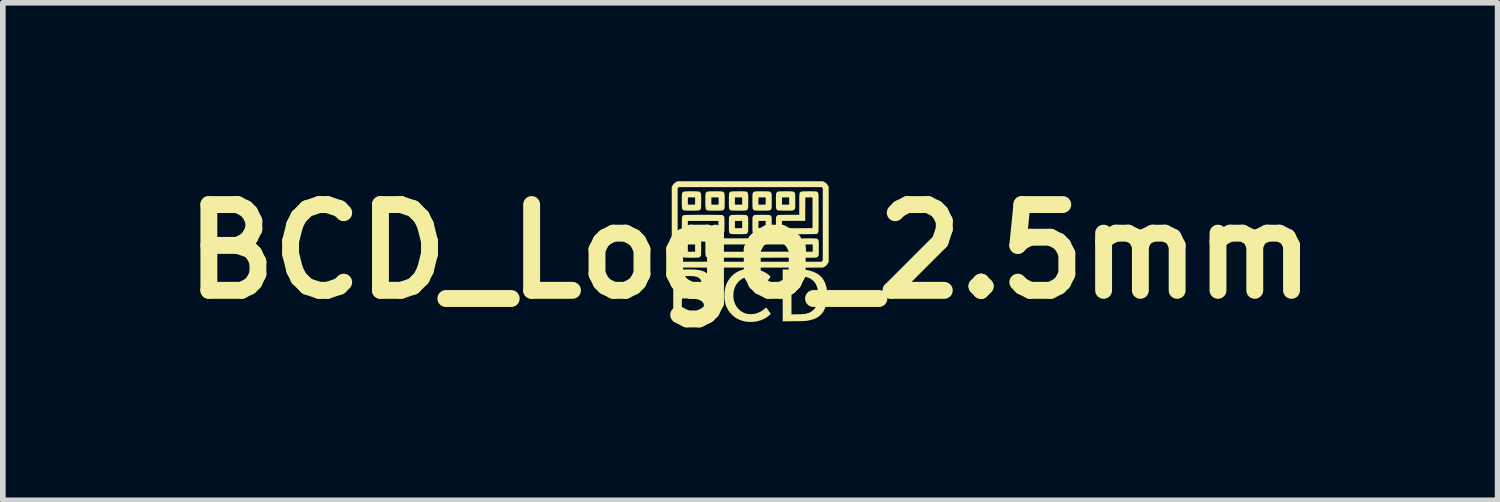
<source format=kicad_pcb>
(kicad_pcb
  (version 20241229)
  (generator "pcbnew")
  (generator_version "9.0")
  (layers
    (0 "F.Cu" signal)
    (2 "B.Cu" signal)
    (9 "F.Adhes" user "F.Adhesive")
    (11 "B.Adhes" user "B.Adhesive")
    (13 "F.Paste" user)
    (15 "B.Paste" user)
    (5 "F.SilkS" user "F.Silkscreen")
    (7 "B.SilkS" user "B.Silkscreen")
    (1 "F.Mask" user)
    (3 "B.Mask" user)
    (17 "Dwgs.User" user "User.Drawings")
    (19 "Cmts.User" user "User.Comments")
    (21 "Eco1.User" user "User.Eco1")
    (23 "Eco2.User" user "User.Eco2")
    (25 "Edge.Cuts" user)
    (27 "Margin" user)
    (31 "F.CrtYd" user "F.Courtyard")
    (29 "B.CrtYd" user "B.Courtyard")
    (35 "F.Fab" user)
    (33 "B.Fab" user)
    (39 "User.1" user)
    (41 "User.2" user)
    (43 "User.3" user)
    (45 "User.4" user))
  (footprint "BCD_Logo_2.5mm"
    (layer "F.Cu")
    (at 10.276 1.418)
    (property "Reference" "BCD_Logo_2.5mm" (at 0 0 0) (layer "F.SilkS") (effects (font (size 1.524 1.524) (thickness 0.3))))
    (attr board_only exclude_from_pos_files exclude_from_bom)
    (fp_poly (pts (xy 1.314 -1.237) (xy 1.341 -1.22) (xy 1.364 -1.198) (xy 1.381 -1.171) (xy 1.382 -1.169) (xy 1.394 -1.146) (xy 1.394 0.183) (xy 1.382 0.206) (xy 1.365 0.232) (xy 1.343 0.255) (xy 1.316 0.273) (xy 1.314 0.274) (xy 1.291 0.285) (xy 0.007 0.286) (xy -0.111 0.286) (xy -0.222 0.286) (xy -0.327 0.286) (xy -0.425 0.286) (xy -0.516 0.286) (xy -0.602 0.286) (xy -0.681 0.286) (xy -0.755 0.286) (xy -0.823 0.286) (xy -0.885 0.286) (xy -0.943 0.286) (xy -0.995 0.285) (xy -1.042 0.285) (xy -1.085 0.285) (xy -1.123 0.285) (xy -1.156 0.285) (xy -1.186 0.285) (xy -1.211 0.284) (xy -1.233 0.284) (xy -1.251 0.284) (xy -1.266 0.283) (xy -1.277 0.283) (xy -1.285 0.283) (xy -1.29 0.282) (xy -1.293 0.282) (xy -1.32 0.271) (xy -1.344 0.255) (xy -1.365 0.233) (xy -1.382 0.207) (xy -1.382 0.205) (xy -1.394 0.183) (xy -1.394 0.159) (xy -1.289 0.159) (xy -1.267 0.181) (xy 1.267 0.181) (xy 1.289 0.159) (xy 1.289 -1.122) (xy 1.267 -1.144) (xy -1.267 -1.144) (xy -1.289 -1.122) (xy -1.289 0.159) (xy -1.394 0.159) (xy -1.394 -1.146) (xy -1.382 -1.169) (xy -1.365 -1.196) (xy -1.343 -1.218) (xy -1.316 -1.236) (xy -1.314 -1.237) (xy -1.291 -1.248) (xy 1.291 -1.248)) (stroke (width 0) (type solid)) (fill yes) (layer "F.SilkS"))
    (fp_poly (pts (xy -1.011 -1.07) (xy -0.984 -1.069) (xy -0.96 -1.069) (xy -0.939 -1.068) (xy -0.922 -1.067) (xy -0.91 -1.066) (xy -0.906 -1.065) (xy -0.89 -1.054) (xy -0.878 -1.038) (xy -0.875 -1.033) (xy -0.874 -1.027) (xy -0.873 -1.014) (xy -0.872 -0.997) (xy -0.872 -0.975) (xy -0.871 -0.951) (xy -0.871 -0.924) (xy -0.871 -0.897) (xy -0.871 -0.869) (xy -0.871 -0.843) (xy -0.872 -0.818) (xy -0.872 -0.797) (xy -0.873 -0.78) (xy -0.874 -0.768) (xy -0.875 -0.762) (xy -0.886 -0.745) (xy -0.901 -0.733) (xy -0.906 -0.731) (xy -0.913 -0.73) (xy -0.926 -0.729) (xy -0.944 -0.728) (xy -0.965 -0.727) (xy -0.99 -0.726) (xy -1.017 -0.726) (xy -1.045 -0.726) (xy -1.072 -0.726) (xy -1.099 -0.726) (xy -1.123 -0.727) (xy -1.145 -0.728) (xy -1.162 -0.728) (xy -1.174 -0.73) (xy -1.18 -0.731) (xy -1.197 -0.742) (xy -1.208 -0.758) (xy -1.21 -0.761) (xy -1.211 -0.768) (xy -1.212 -0.781) (xy -1.213 -0.799) (xy -1.214 -0.82) (xy -1.215 -0.845) (xy -1.215 -0.872) (xy -1.215 -0.881) (xy -1.108 -0.881) (xy -1.108 -0.863) (xy -1.108 -0.849) (xy -1.107 -0.84) (xy -1.107 -0.837) (xy -1.105 -0.835) (xy -1.099 -0.834) (xy -1.089 -0.833) (xy -1.075 -0.833) (xy -1.054 -0.833) (xy -1.042 -0.833) (xy -0.979 -0.834) (xy -0.979 -0.962) (xy -1.107 -0.962) (xy -1.108 -0.901) (xy -1.108 -0.881) (xy -1.215 -0.881) (xy -1.215 -0.9) (xy -1.215 -0.927) (xy -1.215 -0.954) (xy -1.214 -0.978) (xy -1.214 -0.999) (xy -1.213 -1.016) (xy -1.212 -1.028) (xy -1.211 -1.033) (xy -1.2 -1.05) (xy -1.185 -1.062) (xy -1.18 -1.065) (xy -1.173 -1.066) (xy -1.159 -1.067) (xy -1.141 -1.068) (xy -1.119 -1.069) (xy -1.094 -1.07) (xy -1.067 -1.07) (xy -1.039 -1.07)) (stroke (width 0) (type solid)) (fill yes) (layer "F.SilkS"))
    (fp_poly (pts (xy -1.011 -0.234) (xy -0.984 -0.234) (xy -0.96 -0.233) (xy -0.939 -0.232) (xy -0.922 -0.231) (xy -0.91 -0.23) (xy -0.906 -0.229) (xy -0.89 -0.218) (xy -0.878 -0.202) (xy -0.875 -0.197) (xy -0.874 -0.191) (xy -0.873 -0.178) (xy -0.872 -0.161) (xy -0.872 -0.139) (xy -0.871 -0.115) (xy -0.871 -0.088) (xy -0.871 -0.061) (xy -0.871 -0.033) (xy -0.871 -0.007) (xy -0.872 0.017) (xy -0.872 0.039) (xy -0.873 0.056) (xy -0.874 0.068) (xy -0.875 0.073) (xy -0.886 0.09) (xy -0.901 0.102) (xy -0.906 0.105) (xy -0.913 0.106) (xy -0.926 0.107) (xy -0.944 0.108) (xy -0.965 0.109) (xy -0.99 0.109) (xy -1.017 0.11) (xy -1.045 0.11) (xy -1.072 0.11) (xy -1.099 0.109) (xy -1.123 0.109) (xy -1.145 0.108) (xy -1.162 0.107) (xy -1.174 0.106) (xy -1.18 0.105) (xy -1.197 0.094) (xy -1.208 0.078) (xy -1.21 0.075) (xy -1.211 0.068) (xy -1.212 0.055) (xy -1.213 0.037) (xy -1.214 0.015) (xy -1.215 -0.009) (xy -1.215 -0.036) (xy -1.215 -0.045) (xy -1.108 -0.045) (xy -1.108 -0.028) (xy -1.108 -0.013) (xy -1.107 -0.004) (xy -1.107 -0.001) (xy -1.105 0.001) (xy -1.099 0.002) (xy -1.089 0.003) (xy -1.075 0.003) (xy -1.054 0.003) (xy -1.042 0.003) (xy -0.979 0.002) (xy -0.979 -0.126) (xy -1.107 -0.126) (xy -1.108 -0.066) (xy -1.108 -0.045) (xy -1.215 -0.045) (xy -1.215 -0.064) (xy -1.215 -0.092) (xy -1.215 -0.118) (xy -1.214 -0.142) (xy -1.214 -0.164) (xy -1.213 -0.181) (xy -1.212 -0.192) (xy -1.211 -0.197) (xy -1.2 -0.214) (xy -1.185 -0.226) (xy -1.18 -0.229) (xy -1.173 -0.23) (xy -1.159 -0.231) (xy -1.141 -0.232) (xy -1.119 -0.233) (xy -1.094 -0.234) (xy -1.067 -0.234) (xy -1.039 -0.234)) (stroke (width 0) (type solid)) (fill yes) (layer "F.SilkS"))
    (fp_poly (pts (xy -0.59 -1.07) (xy -0.561 -1.069) (xy -0.538 -1.069) (xy -0.519 -1.068) (xy -0.505 -1.067) (xy -0.494 -1.066) (xy -0.486 -1.064) (xy -0.48 -1.061) (xy -0.475 -1.057) (xy -0.471 -1.053) (xy -0.469 -1.051) (xy -0.465 -1.046) (xy -0.462 -1.042) (xy -0.459 -1.036) (xy -0.457 -1.028) (xy -0.456 -1.019) (xy -0.455 -1.006) (xy -0.454 -0.989) (xy -0.454 -0.968) (xy -0.453 -0.941) (xy -0.453 -0.909) (xy -0.453 -0.898) (xy -0.453 -0.863) (xy -0.453 -0.835) (xy -0.454 -0.812) (xy -0.454 -0.794) (xy -0.455 -0.78) (xy -0.457 -0.77) (xy -0.459 -0.762) (xy -0.461 -0.756) (xy -0.464 -0.751) (xy -0.468 -0.746) (xy -0.469 -0.744) (xy -0.473 -0.74) (xy -0.478 -0.736) (xy -0.483 -0.733) (xy -0.491 -0.731) (xy -0.5 -0.729) (xy -0.513 -0.728) (xy -0.529 -0.727) (xy -0.551 -0.726) (xy -0.577 -0.726) (xy -0.61 -0.726) (xy -0.626 -0.726) (xy -0.664 -0.726) (xy -0.696 -0.727) (xy -0.721 -0.727) (xy -0.739 -0.728) (xy -0.753 -0.729) (xy -0.76 -0.73) (xy -0.762 -0.731) (xy -0.772 -0.737) (xy -0.779 -0.742) (xy -0.784 -0.746) (xy -0.787 -0.751) (xy -0.79 -0.757) (xy -0.792 -0.764) (xy -0.794 -0.774) (xy -0.795 -0.787) (xy -0.796 -0.804) (xy -0.797 -0.825) (xy -0.797 -0.852) (xy -0.797 -0.881) (xy -0.69 -0.881) (xy -0.69 -0.863) (xy -0.69 -0.849) (xy -0.689 -0.84) (xy -0.689 -0.837) (xy -0.687 -0.835) (xy -0.681 -0.834) (xy -0.672 -0.833) (xy -0.657 -0.833) (xy -0.636 -0.833) (xy -0.624 -0.833) (xy -0.561 -0.834) (xy -0.561 -0.962) (xy -0.689 -0.962) (xy -0.69 -0.901) (xy -0.69 -0.881) (xy -0.797 -0.881) (xy -0.797 -0.886) (xy -0.797 -0.898) (xy -0.797 -0.933) (xy -0.797 -0.961) (xy -0.796 -0.984) (xy -0.796 -1.002) (xy -0.795 -1.015) (xy -0.793 -1.026) (xy -0.792 -1.034) (xy -0.789 -1.04) (xy -0.786 -1.045) (xy -0.782 -1.05) (xy -0.781 -1.051) (xy -0.777 -1.056) (xy -0.772 -1.06) (xy -0.767 -1.063) (xy -0.759 -1.065) (xy -0.75 -1.067) (xy -0.737 -1.068) (xy -0.72 -1.069) (xy -0.699 -1.069) (xy -0.672 -1.069) (xy -0.639 -1.07) (xy -0.625 -1.07)) (stroke (width 0) (type solid)) (fill yes) (layer "F.SilkS"))
    (fp_poly (pts (xy -0.172 -1.07) (xy -0.143 -1.069) (xy -0.12 -1.069) (xy -0.101 -1.068) (xy -0.087 -1.067) (xy -0.076 -1.066) (xy -0.068 -1.064) (xy -0.062 -1.061) (xy -0.057 -1.057) (xy -0.053 -1.053) (xy -0.051 -1.051) (xy -0.047 -1.046) (xy -0.044 -1.042) (xy -0.041 -1.036) (xy -0.039 -1.028) (xy -0.038 -1.019) (xy -0.037 -1.006) (xy -0.036 -0.989) (xy -0.036 -0.968) (xy -0.035 -0.941) (xy -0.035 -0.909) (xy -0.035 -0.898) (xy -0.035 -0.863) (xy -0.036 -0.835) (xy -0.036 -0.812) (xy -0.036 -0.794) (xy -0.037 -0.78) (xy -0.039 -0.77) (xy -0.041 -0.762) (xy -0.043 -0.756) (xy -0.046 -0.751) (xy -0.05 -0.746) (xy -0.051 -0.744) (xy -0.055 -0.74) (xy -0.06 -0.736) (xy -0.066 -0.733) (xy -0.073 -0.731) (xy -0.082 -0.729) (xy -0.095 -0.728) (xy -0.112 -0.727) (xy -0.133 -0.726) (xy -0.159 -0.726) (xy -0.192 -0.726) (xy -0.208 -0.726) (xy -0.247 -0.726) (xy -0.278 -0.727) (xy -0.303 -0.727) (xy -0.321 -0.728) (xy -0.335 -0.729) (xy -0.342 -0.73) (xy -0.344 -0.731) (xy -0.354 -0.737) (xy -0.361 -0.742) (xy -0.366 -0.746) (xy -0.369 -0.751) (xy -0.372 -0.757) (xy -0.374 -0.764) (xy -0.376 -0.774) (xy -0.377 -0.787) (xy -0.378 -0.804) (xy -0.379 -0.825) (xy -0.379 -0.852) (xy -0.379 -0.881) (xy -0.272 -0.881) (xy -0.272 -0.863) (xy -0.272 -0.849) (xy -0.272 -0.84) (xy -0.271 -0.837) (xy -0.269 -0.835) (xy -0.263 -0.834) (xy -0.254 -0.833) (xy -0.239 -0.833) (xy -0.218 -0.833) (xy -0.206 -0.833) (xy -0.143 -0.834) (xy -0.143 -0.962) (xy -0.271 -0.962) (xy -0.272 -0.901) (xy -0.272 -0.881) (xy -0.379 -0.881) (xy -0.379 -0.886) (xy -0.379 -0.898) (xy -0.379 -0.933) (xy -0.379 -0.961) (xy -0.378 -0.984) (xy -0.378 -1.002) (xy -0.377 -1.015) (xy -0.376 -1.026) (xy -0.374 -1.034) (xy -0.371 -1.04) (xy -0.368 -1.045) (xy -0.364 -1.05) (xy -0.363 -1.051) (xy -0.359 -1.056) (xy -0.354 -1.06) (xy -0.349 -1.063) (xy -0.341 -1.065) (xy -0.332 -1.067) (xy -0.319 -1.068) (xy -0.302 -1.069) (xy -0.281 -1.069) (xy -0.254 -1.069) (xy -0.221 -1.07) (xy -0.207 -1.07)) (stroke (width 0) (type solid)) (fill yes) (layer "F.SilkS"))
    (fp_poly (pts (xy -0.172 -0.652) (xy -0.143 -0.651) (xy -0.12 -0.651) (xy -0.101 -0.65) (xy -0.087 -0.649) (xy -0.076 -0.648) (xy -0.068 -0.646) (xy -0.062 -0.643) (xy -0.057 -0.639) (xy -0.053 -0.635) (xy -0.051 -0.633) (xy -0.047 -0.629) (xy -0.044 -0.624) (xy -0.041 -0.618) (xy -0.039 -0.611) (xy -0.038 -0.601) (xy -0.037 -0.588) (xy -0.036 -0.571) (xy -0.036 -0.55) (xy -0.035 -0.524) (xy -0.035 -0.491) (xy -0.035 -0.48) (xy -0.035 -0.445) (xy -0.036 -0.417) (xy -0.036 -0.394) (xy -0.036 -0.376) (xy -0.037 -0.362) (xy -0.039 -0.352) (xy -0.041 -0.344) (xy -0.043 -0.338) (xy -0.046 -0.333) (xy -0.05 -0.328) (xy -0.051 -0.326) (xy -0.055 -0.322) (xy -0.06 -0.318) (xy -0.066 -0.315) (xy -0.073 -0.313) (xy -0.082 -0.311) (xy -0.095 -0.31) (xy -0.112 -0.309) (xy -0.133 -0.309) (xy -0.159 -0.308) (xy -0.192 -0.308) (xy -0.208 -0.308) (xy -0.247 -0.309) (xy -0.278 -0.309) (xy -0.303 -0.309) (xy -0.321 -0.31) (xy -0.335 -0.311) (xy -0.342 -0.312) (xy -0.344 -0.313) (xy -0.354 -0.319) (xy -0.361 -0.324) (xy -0.366 -0.328) (xy -0.369 -0.333) (xy -0.372 -0.339) (xy -0.374 -0.346) (xy -0.376 -0.356) (xy -0.377 -0.369) (xy -0.378 -0.386) (xy -0.379 -0.408) (xy -0.379 -0.435) (xy -0.379 -0.463) (xy -0.272 -0.463) (xy -0.272 -0.446) (xy -0.272 -0.431) (xy -0.272 -0.422) (xy -0.271 -0.419) (xy -0.269 -0.417) (xy -0.263 -0.416) (xy -0.254 -0.415) (xy -0.239 -0.415) (xy -0.218 -0.415) (xy -0.206 -0.415) (xy -0.143 -0.416) (xy -0.143 -0.544) (xy -0.271 -0.544) (xy -0.272 -0.484) (xy -0.272 -0.463) (xy -0.379 -0.463) (xy -0.379 -0.468) (xy -0.379 -0.48) (xy -0.379 -0.515) (xy -0.379 -0.543) (xy -0.378 -0.566) (xy -0.378 -0.584) (xy -0.377 -0.598) (xy -0.376 -0.608) (xy -0.374 -0.616) (xy -0.371 -0.622) (xy -0.368 -0.627) (xy -0.364 -0.632) (xy -0.363 -0.633) (xy -0.359 -0.638) (xy -0.354 -0.642) (xy -0.349 -0.645) (xy -0.341 -0.647) (xy -0.332 -0.649) (xy -0.319 -0.65) (xy -0.302 -0.651) (xy -0.281 -0.651) (xy -0.254 -0.652) (xy -0.221 -0.652) (xy -0.207 -0.652)) (stroke (width 0) (type solid)) (fill yes) (layer "F.SilkS"))
    (fp_poly (pts (xy 0.246 -1.07) (xy 0.275 -1.069) (xy 0.298 -1.069) (xy 0.317 -1.068) (xy 0.331 -1.067) (xy 0.342 -1.066) (xy 0.35 -1.064) (xy 0.356 -1.061) (xy 0.361 -1.057) (xy 0.365 -1.053) (xy 0.367 -1.051) (xy 0.371 -1.046) (xy 0.374 -1.042) (xy 0.377 -1.036) (xy 0.379 -1.028) (xy 0.38 -1.019) (xy 0.381 -1.006) (xy 0.382 -0.989) (xy 0.382 -0.968) (xy 0.382 -0.941) (xy 0.382 -0.909) (xy 0.382 -0.898) (xy 0.382 -0.863) (xy 0.382 -0.835) (xy 0.382 -0.812) (xy 0.381 -0.794) (xy 0.38 -0.78) (xy 0.379 -0.77) (xy 0.377 -0.762) (xy 0.375 -0.756) (xy 0.372 -0.751) (xy 0.368 -0.746) (xy 0.367 -0.744) (xy 0.362 -0.74) (xy 0.358 -0.736) (xy 0.352 -0.733) (xy 0.345 -0.731) (xy 0.336 -0.729) (xy 0.323 -0.728) (xy 0.306 -0.727) (xy 0.285 -0.726) (xy 0.259 -0.726) (xy 0.226 -0.726) (xy 0.209 -0.726) (xy 0.171 -0.726) (xy 0.14 -0.727) (xy 0.115 -0.727) (xy 0.096 -0.728) (xy 0.083 -0.729) (xy 0.076 -0.73) (xy 0.074 -0.731) (xy 0.064 -0.737) (xy 0.057 -0.742) (xy 0.052 -0.746) (xy 0.049 -0.751) (xy 0.046 -0.757) (xy 0.043 -0.764) (xy 0.042 -0.774) (xy 0.041 -0.787) (xy 0.04 -0.804) (xy 0.039 -0.825) (xy 0.039 -0.852) (xy 0.039 -0.881) (xy 0.146 -0.881) (xy 0.146 -0.863) (xy 0.146 -0.849) (xy 0.146 -0.84) (xy 0.147 -0.837) (xy 0.149 -0.835) (xy 0.154 -0.834) (xy 0.164 -0.833) (xy 0.179 -0.833) (xy 0.2 -0.833) (xy 0.212 -0.833) (xy 0.274 -0.834) (xy 0.274 -0.962) (xy 0.147 -0.962) (xy 0.146 -0.901) (xy 0.146 -0.881) (xy 0.039 -0.881) (xy 0.039 -0.886) (xy 0.039 -0.898) (xy 0.039 -0.933) (xy 0.039 -0.961) (xy 0.039 -0.984) (xy 0.04 -1.002) (xy 0.041 -1.015) (xy 0.042 -1.026) (xy 0.044 -1.034) (xy 0.047 -1.04) (xy 0.05 -1.045) (xy 0.053 -1.05) (xy 0.055 -1.051) (xy 0.059 -1.056) (xy 0.064 -1.06) (xy 0.069 -1.063) (xy 0.076 -1.065) (xy 0.086 -1.067) (xy 0.099 -1.068) (xy 0.116 -1.069) (xy 0.137 -1.069) (xy 0.164 -1.069) (xy 0.197 -1.07) (xy 0.211 -1.07)) (stroke (width 0) (type solid)) (fill yes) (layer "F.SilkS"))
    (fp_poly (pts (xy 0.246 -0.652) (xy 0.275 -0.651) (xy 0.298 -0.651) (xy 0.317 -0.65) (xy 0.331 -0.649) (xy 0.342 -0.648) (xy 0.35 -0.646) (xy 0.356 -0.643) (xy 0.361 -0.639) (xy 0.365 -0.635) (xy 0.367 -0.633) (xy 0.371 -0.629) (xy 0.374 -0.624) (xy 0.377 -0.618) (xy 0.379 -0.611) (xy 0.38 -0.601) (xy 0.381 -0.588) (xy 0.382 -0.571) (xy 0.382 -0.55) (xy 0.382 -0.524) (xy 0.382 -0.491) (xy 0.382 -0.48) (xy 0.382 -0.445) (xy 0.382 -0.417) (xy 0.382 -0.394) (xy 0.381 -0.376) (xy 0.38 -0.362) (xy 0.379 -0.352) (xy 0.377 -0.344) (xy 0.375 -0.338) (xy 0.372 -0.333) (xy 0.368 -0.328) (xy 0.367 -0.326) (xy 0.362 -0.322) (xy 0.358 -0.318) (xy 0.352 -0.315) (xy 0.345 -0.313) (xy 0.336 -0.311) (xy 0.323 -0.31) (xy 0.306 -0.309) (xy 0.285 -0.309) (xy 0.259 -0.308) (xy 0.226 -0.308) (xy 0.209 -0.308) (xy 0.171 -0.309) (xy 0.14 -0.309) (xy 0.115 -0.309) (xy 0.096 -0.31) (xy 0.083 -0.311) (xy 0.076 -0.312) (xy 0.074 -0.313) (xy 0.064 -0.319) (xy 0.057 -0.324) (xy 0.052 -0.328) (xy 0.049 -0.333) (xy 0.046 -0.339) (xy 0.043 -0.346) (xy 0.042 -0.356) (xy 0.041 -0.369) (xy 0.04 -0.386) (xy 0.039 -0.408) (xy 0.039 -0.435) (xy 0.039 -0.463) (xy 0.146 -0.463) (xy 0.146 -0.446) (xy 0.146 -0.431) (xy 0.146 -0.422) (xy 0.147 -0.419) (xy 0.149 -0.417) (xy 0.154 -0.416) (xy 0.164 -0.415) (xy 0.179 -0.415) (xy 0.2 -0.415) (xy 0.212 -0.415) (xy 0.274 -0.416) (xy 0.274 -0.544) (xy 0.147 -0.544) (xy 0.146 -0.484) (xy 0.146 -0.463) (xy 0.039 -0.463) (xy 0.039 -0.468) (xy 0.039 -0.48) (xy 0.039 -0.515) (xy 0.039 -0.543) (xy 0.039 -0.566) (xy 0.04 -0.584) (xy 0.041 -0.598) (xy 0.042 -0.608) (xy 0.044 -0.616) (xy 0.047 -0.622) (xy 0.05 -0.627) (xy 0.053 -0.632) (xy 0.055 -0.633) (xy 0.059 -0.638) (xy 0.064 -0.642) (xy 0.069 -0.645) (xy 0.076 -0.647) (xy 0.086 -0.649) (xy 0.099 -0.65) (xy 0.116 -0.651) (xy 0.137 -0.651) (xy 0.164 -0.652) (xy 0.197 -0.652) (xy 0.211 -0.652)) (stroke (width 0) (type solid)) (fill yes) (layer "F.SilkS"))
    (fp_poly (pts (xy 0.664 -1.07) (xy 0.693 -1.069) (xy 0.716 -1.069) (xy 0.735 -1.068) (xy 0.749 -1.067) (xy 0.76 -1.066) (xy 0.768 -1.064) (xy 0.774 -1.061) (xy 0.779 -1.057) (xy 0.783 -1.053) (xy 0.785 -1.051) (xy 0.789 -1.046) (xy 0.792 -1.042) (xy 0.795 -1.036) (xy 0.797 -1.028) (xy 0.798 -1.019) (xy 0.799 -1.006) (xy 0.8 -0.989) (xy 0.8 -0.968) (xy 0.8 -0.941) (xy 0.8 -0.909) (xy 0.8 -0.898) (xy 0.8 -0.863) (xy 0.8 -0.835) (xy 0.8 -0.812) (xy 0.799 -0.794) (xy 0.798 -0.78) (xy 0.797 -0.77) (xy 0.795 -0.762) (xy 0.793 -0.756) (xy 0.79 -0.751) (xy 0.786 -0.746) (xy 0.785 -0.744) (xy 0.78 -0.74) (xy 0.776 -0.736) (xy 0.77 -0.733) (xy 0.763 -0.731) (xy 0.754 -0.729) (xy 0.741 -0.728) (xy 0.724 -0.727) (xy 0.703 -0.726) (xy 0.677 -0.726) (xy 0.644 -0.726) (xy 0.627 -0.726) (xy 0.589 -0.726) (xy 0.558 -0.727) (xy 0.533 -0.727) (xy 0.514 -0.728) (xy 0.501 -0.729) (xy 0.493 -0.73) (xy 0.492 -0.731) (xy 0.482 -0.737) (xy 0.475 -0.742) (xy 0.47 -0.746) (xy 0.466 -0.751) (xy 0.464 -0.757) (xy 0.461 -0.764) (xy 0.46 -0.774) (xy 0.458 -0.787) (xy 0.458 -0.804) (xy 0.457 -0.825) (xy 0.457 -0.852) (xy 0.457 -0.881) (xy 0.564 -0.881) (xy 0.564 -0.863) (xy 0.564 -0.849) (xy 0.564 -0.84) (xy 0.565 -0.837) (xy 0.567 -0.835) (xy 0.572 -0.834) (xy 0.582 -0.833) (xy 0.597 -0.833) (xy 0.617 -0.833) (xy 0.629 -0.833) (xy 0.692 -0.834) (xy 0.692 -0.962) (xy 0.565 -0.962) (xy 0.564 -0.901) (xy 0.564 -0.881) (xy 0.457 -0.881) (xy 0.457 -0.886) (xy 0.457 -0.898) (xy 0.457 -0.933) (xy 0.457 -0.961) (xy 0.457 -0.984) (xy 0.458 -1.002) (xy 0.459 -1.015) (xy 0.46 -1.026) (xy 0.462 -1.034) (xy 0.464 -1.04) (xy 0.468 -1.045) (xy 0.471 -1.05) (xy 0.473 -1.051) (xy 0.477 -1.056) (xy 0.482 -1.06) (xy 0.487 -1.063) (xy 0.494 -1.065) (xy 0.504 -1.067) (xy 0.517 -1.068) (xy 0.534 -1.069) (xy 0.555 -1.069) (xy 0.582 -1.069) (xy 0.615 -1.07) (xy 0.629 -1.07)) (stroke (width 0) (type solid)) (fill yes) (layer "F.SilkS"))
    (fp_poly (pts (xy 1.082 -0.234) (xy 1.111 -0.234) (xy 1.134 -0.233) (xy 1.152 -0.232) (xy 1.167 -0.231) (xy 1.177 -0.23) (xy 1.186 -0.228) (xy 1.192 -0.225) (xy 1.197 -0.222) (xy 1.201 -0.217) (xy 1.203 -0.215) (xy 1.207 -0.211) (xy 1.21 -0.206) (xy 1.212 -0.2) (xy 1.214 -0.193) (xy 1.216 -0.183) (xy 1.217 -0.17) (xy 1.218 -0.154) (xy 1.218 -0.132) (xy 1.218 -0.106) (xy 1.218 -0.073) (xy 1.218 -0.062) (xy 1.218 -0.027) (xy 1.218 0.001) (xy 1.218 0.024) (xy 1.217 0.042) (xy 1.216 0.056) (xy 1.215 0.066) (xy 1.213 0.074) (xy 1.211 0.08) (xy 1.208 0.085) (xy 1.204 0.09) (xy 1.203 0.092) (xy 1.198 0.096) (xy 1.194 0.1) (xy 1.188 0.103) (xy 1.181 0.105) (xy 1.171 0.107) (xy 1.159 0.108) (xy 1.142 0.109) (xy 1.121 0.109) (xy 1.095 0.11) (xy 1.062 0.11) (xy 1.045 0.11) (xy 1.007 0.109) (xy 0.976 0.109) (xy 0.951 0.108) (xy 0.932 0.108) (xy 0.919 0.107) (xy 0.911 0.106) (xy 0.91 0.105) (xy 0.9 0.099) (xy 0.892 0.094) (xy 0.888 0.09) (xy 0.884 0.085) (xy 0.881 0.079) (xy 0.879 0.072) (xy 0.878 0.062) (xy 0.876 0.049) (xy 0.876 0.032) (xy 0.875 0.01) (xy 0.875 -0.017) (xy 0.875 -0.045) (xy 0.982 -0.045) (xy 0.982 -0.028) (xy 0.982 -0.013) (xy 0.982 -0.004) (xy 0.983 -0.001) (xy 0.985 0.001) (xy 0.99 0.002) (xy 1 0.003) (xy 1.015 0.003) (xy 1.035 0.003) (xy 1.047 0.003) (xy 1.11 0.002) (xy 1.11 -0.126) (xy 0.983 -0.126) (xy 0.982 -0.066) (xy 0.982 -0.045) (xy 0.875 -0.045) (xy 0.875 -0.05) (xy 0.875 -0.062) (xy 0.875 -0.097) (xy 0.875 -0.125) (xy 0.875 -0.148) (xy 0.876 -0.166) (xy 0.877 -0.18) (xy 0.878 -0.19) (xy 0.88 -0.198) (xy 0.882 -0.204) (xy 0.885 -0.209) (xy 0.889 -0.214) (xy 0.89 -0.215) (xy 0.895 -0.22) (xy 0.899 -0.224) (xy 0.905 -0.227) (xy 0.912 -0.229) (xy 0.922 -0.231) (xy 0.935 -0.232) (xy 0.952 -0.233) (xy 0.973 -0.233) (xy 1 -0.234) (xy 1.032 -0.234) (xy 1.047 -0.234)) (stroke (width 0) (type solid)) (fill yes) (layer "F.SilkS"))
    (fp_poly (pts (xy -0.775 -0.652) (xy -0.733 -0.652) (xy -0.692 -0.652) (xy -0.653 -0.651) (xy -0.617 -0.651) (xy -0.585 -0.651) (xy -0.556 -0.65) (xy -0.532 -0.649) (xy -0.513 -0.649) (xy -0.499 -0.648) (xy -0.492 -0.647) (xy -0.492 -0.647) (xy -0.476 -0.636) (xy -0.464 -0.62) (xy -0.461 -0.615) (xy -0.46 -0.608) (xy -0.459 -0.596) (xy -0.458 -0.578) (xy -0.457 -0.556) (xy -0.457 -0.531) (xy -0.457 -0.504) (xy -0.457 -0.477) (xy -0.457 -0.449) (xy -0.457 -0.423) (xy -0.458 -0.398) (xy -0.459 -0.377) (xy -0.46 -0.36) (xy -0.461 -0.348) (xy -0.462 -0.343) (xy -0.472 -0.327) (xy -0.488 -0.315) (xy -0.493 -0.312) (xy -0.499 -0.312) (xy -0.51 -0.311) (xy -0.528 -0.31) (xy -0.551 -0.31) (xy -0.578 -0.309) (xy -0.61 -0.309) (xy -0.645 -0.309) (xy -0.683 -0.308) (xy -0.723 -0.308) (xy -0.764 -0.308) (xy -0.807 -0.308) (xy -0.85 -0.308) (xy -0.893 -0.308) (xy -0.935 -0.308) (xy -0.976 -0.309) (xy -1.015 -0.309) (xy -1.051 -0.309) (xy -1.084 -0.31) (xy -1.113 -0.31) (xy -1.137 -0.311) (xy -1.157 -0.311) (xy -1.171 -0.312) (xy -1.179 -0.313) (xy -1.18 -0.313) (xy -1.197 -0.324) (xy -1.208 -0.34) (xy -1.21 -0.343) (xy -1.211 -0.35) (xy -1.212 -0.363) (xy -1.213 -0.381) (xy -1.214 -0.403) (xy -1.215 -0.427) (xy -1.215 -0.446) (xy -1.108 -0.446) (xy -1.108 -0.431) (xy -1.107 -0.422) (xy -1.107 -0.419) (xy -1.105 -0.418) (xy -1.101 -0.417) (xy -1.094 -0.417) (xy -1.084 -0.416) (xy -1.069 -0.416) (xy -1.051 -0.415) (xy -1.028 -0.415) (xy -0.999 -0.415) (xy -0.966 -0.415) (xy -0.926 -0.415) (xy -0.88 -0.415) (xy -0.835 -0.415) (xy -0.565 -0.416) (xy -0.565 -0.544) (xy -1.107 -0.544) (xy -1.108 -0.484) (xy -1.108 -0.463) (xy -1.108 -0.446) (xy -1.215 -0.446) (xy -1.215 -0.454) (xy -1.215 -0.482) (xy -1.215 -0.509) (xy -1.215 -0.536) (xy -1.214 -0.56) (xy -1.214 -0.581) (xy -1.213 -0.598) (xy -1.212 -0.61) (xy -1.211 -0.615) (xy -1.2 -0.632) (xy -1.185 -0.644) (xy -1.18 -0.647) (xy -1.174 -0.648) (xy -1.162 -0.648) (xy -1.144 -0.649) (xy -1.12 -0.65) (xy -1.092 -0.65) (xy -1.06 -0.651) (xy -1.025 -0.651) (xy -0.987 -0.652) (xy -0.946 -0.652) (xy -0.904 -0.652) (xy -0.861 -0.652) (xy -0.818 -0.652)) (stroke (width 0) (type solid)) (fill yes) (layer "F.SilkS"))
    (fp_poly (pts (xy 0.803 0.319) (xy 0.841 0.319) (xy 0.873 0.319) (xy 0.9 0.32) (xy 0.923 0.32) (xy 0.942 0.321) (xy 0.957 0.322) (xy 0.97 0.323) (xy 0.979 0.324) (xy 1.039 0.335) (xy 1.094 0.35) (xy 1.144 0.369) (xy 1.188 0.392) (xy 1.227 0.419) (xy 1.261 0.45) (xy 1.28 0.473) (xy 1.302 0.504) (xy 1.319 0.535) (xy 1.334 0.567) (xy 1.345 0.602) (xy 1.355 0.64) (xy 1.362 0.684) (xy 1.366 0.72) (xy 1.368 0.744) (xy 1.369 0.762) (xy 1.37 0.777) (xy 1.37 0.792) (xy 1.369 0.808) (xy 1.367 0.827) (xy 1.366 0.844) (xy 1.363 0.872) (xy 1.36 0.895) (xy 1.356 0.915) (xy 1.352 0.934) (xy 1.347 0.953) (xy 1.344 0.967) (xy 1.334 0.995) (xy 1.321 1.025) (xy 1.306 1.054) (xy 1.293 1.076) (xy 1.285 1.087) (xy 1.274 1.1) (xy 1.261 1.114) (xy 1.247 1.128) (xy 1.234 1.141) (xy 1.223 1.15) (xy 1.216 1.156) (xy 1.209 1.16) (xy 1.199 1.166) (xy 1.188 1.173) (xy 1.151 1.192) (xy 1.108 1.208) (xy 1.059 1.22) (xy 1.004 1.23) (xy 0.997 1.231) (xy 0.985 1.232) (xy 0.97 1.234) (xy 0.953 1.235) (xy 0.932 1.236) (xy 0.906 1.236) (xy 0.876 1.237) (xy 0.841 1.238) (xy 0.799 1.238) (xy 0.766 1.238) (xy 0.577 1.24) (xy 0.577 1.116) (xy 0.733 1.116) (xy 0.84 1.115) (xy 0.869 1.114) (xy 0.897 1.113) (xy 0.921 1.112) (xy 0.942 1.111) (xy 0.958 1.11) (xy 0.968 1.109) (xy 0.969 1.109) (xy 0.984 1.105) (xy 0.999 1.102) (xy 1.006 1.099) (xy 1.017 1.096) (xy 1.025 1.095) (xy 1.027 1.094) (xy 1.034 1.093) (xy 1.045 1.088) (xy 1.059 1.081) (xy 1.074 1.072) (xy 1.089 1.064) (xy 1.101 1.055) (xy 1.101 1.055) (xy 1.127 1.033) (xy 1.149 1.007) (xy 1.168 0.976) (xy 1.183 0.94) (xy 1.196 0.897) (xy 1.197 0.892) (xy 1.201 0.874) (xy 1.204 0.851) (xy 1.206 0.824) (xy 1.207 0.795) (xy 1.207 0.766) (xy 1.206 0.739) (xy 1.205 0.715) (xy 1.205 0.715) (xy 1.197 0.665) (xy 1.184 0.621) (xy 1.166 0.581) (xy 1.144 0.546) (xy 1.116 0.516) (xy 1.082 0.491) (xy 1.044 0.47) (xy 1.022 0.461) (xy 0.991 0.452) (xy 0.954 0.446) (xy 0.91 0.442) (xy 0.861 0.44) (xy 0.805 0.441) (xy 0.796 0.441) (xy 0.733 0.444) (xy 0.733 1.116) (xy 0.577 1.116) (xy 0.577 0.319) (xy 0.759 0.319)) (stroke (width 0) (type solid)) (fill yes) (layer "F.SilkS"))
    (fp_poly (pts (xy -0.163 -0.234) (xy -0.082 -0.234) (xy 0.000266 -0.234) (xy 0.091 -0.234) (xy 0.175 -0.234) (xy 0.252 -0.234) (xy 0.323 -0.234) (xy 0.387 -0.233) (xy 0.446 -0.233) (xy 0.499 -0.233) (xy 0.546 -0.233) (xy 0.588 -0.233) (xy 0.624 -0.233) (xy 0.656 -0.232) (xy 0.683 -0.232) (xy 0.706 -0.232) (xy 0.725 -0.231) (xy 0.739 -0.231) (xy 0.749 -0.231) (xy 0.756 -0.23) (xy 0.76 -0.23) (xy 0.76 -0.23) (xy 0.777 -0.219) (xy 0.789 -0.204) (xy 0.792 -0.199) (xy 0.793 -0.192) (xy 0.795 -0.178) (xy 0.796 -0.16) (xy 0.796 -0.138) (xy 0.797 -0.113) (xy 0.797 -0.086) (xy 0.797 -0.058) (xy 0.797 -0.03) (xy 0.797 -0.003) (xy 0.796 0.021) (xy 0.795 0.042) (xy 0.794 0.059) (xy 0.793 0.071) (xy 0.792 0.075) (xy 0.781 0.091) (xy 0.766 0.103) (xy 0.76 0.106) (xy 0.756 0.106) (xy 0.744 0.107) (xy 0.727 0.107) (xy 0.703 0.107) (xy 0.674 0.108) (xy 0.64 0.108) (xy 0.601 0.108) (xy 0.558 0.109) (xy 0.511 0.109) (xy 0.461 0.109) (xy 0.407 0.109) (xy 0.351 0.11) (xy 0.293 0.11) (xy 0.232 0.11) (xy 0.171 0.11) (xy 0.108 0.11) (xy 0.044 0.11) (xy -0.02 0.11) (xy -0.083 0.11) (xy -0.147 0.11) (xy -0.209 0.11) (xy -0.27 0.109) (xy -0.329 0.109) (xy -0.386 0.109) (xy -0.441 0.109) (xy -0.493 0.109) (xy -0.541 0.108) (xy -0.586 0.108) (xy -0.626 0.108) (xy -0.662 0.107) (xy -0.694 0.107) (xy -0.719 0.107) (xy -0.739 0.106) (xy -0.753 0.106) (xy -0.761 0.105) (xy -0.762 0.105) (xy -0.772 0.099) (xy -0.779 0.094) (xy -0.784 0.09) (xy -0.787 0.085) (xy -0.79 0.079) (xy -0.792 0.072) (xy -0.794 0.062) (xy -0.795 0.049) (xy -0.796 0.032) (xy -0.797 0.01) (xy -0.797 -0.017) (xy -0.797 -0.028) (xy -0.69 -0.028) (xy -0.69 -0.013) (xy -0.689 -0.004) (xy -0.689 -0.001) (xy -0.688 -0.000448) (xy -0.684 0.000062) (xy -0.678 0.001) (xy -0.668 0.001) (xy -0.656 0.001) (xy -0.64 0.002) (xy -0.621 0.002) (xy -0.597 0.002) (xy -0.57 0.002) (xy -0.538 0.003) (xy -0.501 0.003) (xy -0.459 0.003) (xy -0.412 0.003) (xy -0.36 0.003) (xy -0.302 0.003) (xy -0.237 0.003) (xy -0.167 0.003) (xy -0.09 0.003) (xy -0.006 0.003) (xy 0.001 0.003) (xy 0.689 0.002) (xy 0.689 -0.126) (xy -0.689 -0.126) (xy -0.69 -0.066) (xy -0.69 -0.045) (xy -0.69 -0.028) (xy -0.797 -0.028) (xy -0.797 -0.05) (xy -0.797 -0.062) (xy -0.797 -0.097) (xy -0.797 -0.125) (xy -0.796 -0.148) (xy -0.796 -0.166) (xy -0.795 -0.18) (xy -0.793 -0.19) (xy -0.792 -0.198) (xy -0.789 -0.204) (xy -0.786 -0.209) (xy -0.782 -0.214) (xy -0.781 -0.215) (xy -0.779 -0.218) (xy -0.778 -0.219) (xy -0.777 -0.221) (xy -0.775 -0.223) (xy -0.772 -0.224) (xy -0.769 -0.226) (xy -0.765 -0.227) (xy -0.759 -0.228) (xy -0.751 -0.229) (xy -0.741 -0.23) (xy -0.729 -0.23) (xy -0.715 -0.231) (xy -0.697 -0.232) (xy -0.677 -0.232) (xy -0.653 -0.233) (xy -0.625 -0.233) (xy -0.594 -0.233) (xy -0.558 -0.233) (xy -0.517 -0.233) (xy -0.472 -0.234) (xy -0.421 -0.234) (xy -0.365 -0.234) (xy -0.304 -0.234) (xy -0.236 -0.234)) (stroke (width 0) (type solid)) (fill yes) (layer "F.SilkS"))
    (fp_poly (pts (xy 1.078 -1.07) (xy 1.107 -1.069) (xy 1.13 -1.069) (xy 1.149 -1.068) (xy 1.163 -1.067) (xy 1.174 -1.066) (xy 1.182 -1.064) (xy 1.188 -1.061) (xy 1.193 -1.057) (xy 1.197 -1.053) (xy 1.199 -1.051) (xy 1.202 -1.048) (xy 1.204 -1.045) (xy 1.206 -1.042) (xy 1.208 -1.038) (xy 1.209 -1.033) (xy 1.21 -1.026) (xy 1.212 -1.017) (xy 1.212 -1.005) (xy 1.213 -0.99) (xy 1.214 -0.972) (xy 1.214 -0.95) (xy 1.214 -0.924) (xy 1.215 -0.893) (xy 1.215 -0.857) (xy 1.215 -0.815) (xy 1.215 -0.767) (xy 1.215 -0.713) (xy 1.215 -0.689) (xy 1.215 -0.632) (xy 1.215 -0.581) (xy 1.215 -0.536) (xy 1.215 -0.498) (xy 1.214 -0.464) (xy 1.214 -0.436) (xy 1.214 -0.412) (xy 1.213 -0.392) (xy 1.213 -0.376) (xy 1.212 -0.363) (xy 1.211 -0.353) (xy 1.209 -0.345) (xy 1.208 -0.339) (xy 1.206 -0.334) (xy 1.204 -0.331) (xy 1.201 -0.328) (xy 1.199 -0.326) (xy 1.196 -0.324) (xy 1.187 -0.317) (xy 1.178 -0.312) (xy 1.173 -0.312) (xy 1.161 -0.311) (xy 1.144 -0.31) (xy 1.121 -0.31) (xy 1.093 -0.309) (xy 1.062 -0.309) (xy 1.027 -0.309) (xy 0.989 -0.308) (xy 0.949 -0.308) (xy 0.907 -0.308) (xy 0.864 -0.308) (xy 0.821 -0.308) (xy 0.778 -0.308) (xy 0.736 -0.308) (xy 0.696 -0.309) (xy 0.657 -0.309) (xy 0.621 -0.309) (xy 0.588 -0.31) (xy 0.559 -0.31) (xy 0.534 -0.311) (xy 0.515 -0.311) (xy 0.501 -0.312) (xy 0.493 -0.313) (xy 0.492 -0.313) (xy 0.482 -0.319) (xy 0.475 -0.324) (xy 0.47 -0.328) (xy 0.466 -0.333) (xy 0.464 -0.339) (xy 0.461 -0.346) (xy 0.46 -0.356) (xy 0.458 -0.369) (xy 0.458 -0.386) (xy 0.457 -0.408) (xy 0.457 -0.435) (xy 0.457 -0.446) (xy 0.564 -0.446) (xy 0.564 -0.431) (xy 0.564 -0.422) (xy 0.565 -0.419) (xy 0.566 -0.418) (xy 0.57 -0.417) (xy 0.577 -0.417) (xy 0.588 -0.416) (xy 0.602 -0.416) (xy 0.621 -0.415) (xy 0.644 -0.415) (xy 0.672 -0.415) (xy 0.706 -0.415) (xy 0.746 -0.415) (xy 0.792 -0.415) (xy 0.837 -0.415) (xy 1.107 -0.416) (xy 1.107 -0.962) (xy 0.979 -0.962) (xy 0.978 -0.753) (xy 0.977 -0.545) (xy 0.565 -0.544) (xy 0.564 -0.484) (xy 0.564 -0.463) (xy 0.564 -0.446) (xy 0.457 -0.446) (xy 0.457 -0.468) (xy 0.457 -0.48) (xy 0.457 -0.515) (xy 0.457 -0.543) (xy 0.457 -0.566) (xy 0.458 -0.584) (xy 0.459 -0.598) (xy 0.46 -0.608) (xy 0.462 -0.616) (xy 0.464 -0.622) (xy 0.468 -0.627) (xy 0.471 -0.632) (xy 0.473 -0.633) (xy 0.476 -0.637) (xy 0.48 -0.641) (xy 0.484 -0.643) (xy 0.49 -0.646) (xy 0.497 -0.647) (xy 0.507 -0.649) (xy 0.52 -0.65) (xy 0.536 -0.651) (xy 0.557 -0.651) (xy 0.582 -0.651) (xy 0.613 -0.652) (xy 0.65 -0.652) (xy 0.687 -0.652) (xy 0.871 -0.652) (xy 0.871 -0.837) (xy 0.871 -0.88) (xy 0.871 -0.916) (xy 0.871 -0.946) (xy 0.872 -0.971) (xy 0.872 -0.992) (xy 0.873 -1.008) (xy 0.874 -1.02) (xy 0.876 -1.03) (xy 0.877 -1.037) (xy 0.88 -1.043) (xy 0.882 -1.047) (xy 0.886 -1.05) (xy 0.89 -1.054) (xy 0.894 -1.058) (xy 0.899 -1.061) (xy 0.905 -1.064) (xy 0.912 -1.066) (xy 0.922 -1.067) (xy 0.935 -1.068) (xy 0.952 -1.069) (xy 0.973 -1.069) (xy 0.999 -1.069) (xy 1.032 -1.07) (xy 1.043 -1.07)) (stroke (width 0) (type solid)) (fill yes) (layer "F.SilkS"))
    (fp_poly (pts (xy 0.028 0.306) (xy 0.056 0.307) (xy 0.081 0.309) (xy 0.101 0.312) (xy 0.108 0.313) (xy 0.169 0.33) (xy 0.225 0.351) (xy 0.275 0.377) (xy 0.32 0.408) (xy 0.341 0.426) (xy 0.354 0.438) (xy 0.36 0.446) (xy 0.36 0.45) (xy 0.357 0.455) (xy 0.351 0.464) (xy 0.342 0.476) (xy 0.332 0.49) (xy 0.331 0.492) (xy 0.319 0.508) (xy 0.308 0.524) (xy 0.299 0.537) (xy 0.293 0.546) (xy 0.282 0.563) (xy 0.269 0.551) (xy 0.247 0.532) (xy 0.222 0.514) (xy 0.196 0.497) (xy 0.171 0.483) (xy 0.162 0.48) (xy 0.125 0.465) (xy 0.09 0.455) (xy 0.057 0.448) (xy 0.024 0.445) (xy 0.005 0.444) (xy -0.017 0.445) (xy -0.034 0.446) (xy -0.051 0.449) (xy -0.069 0.453) (xy -0.09 0.46) (xy -0.093 0.461) (xy -0.126 0.475) (xy -0.159 0.495) (xy -0.19 0.519) (xy -0.218 0.547) (xy -0.241 0.577) (xy -0.246 0.585) (xy -0.266 0.621) (xy -0.28 0.656) (xy -0.29 0.692) (xy -0.296 0.732) (xy -0.298 0.775) (xy -0.298 0.778) (xy -0.298 0.806) (xy -0.296 0.829) (xy -0.293 0.849) (xy -0.289 0.87) (xy -0.282 0.892) (xy -0.279 0.901) (xy -0.273 0.919) (xy -0.264 0.939) (xy -0.254 0.958) (xy -0.245 0.975) (xy -0.236 0.988) (xy -0.232 0.993) (xy -0.225 1) (xy -0.217 1.01) (xy -0.212 1.015) (xy -0.205 1.023) (xy -0.195 1.033) (xy -0.184 1.042) (xy -0.173 1.052) (xy -0.165 1.059) (xy -0.159 1.062) (xy -0.158 1.062) (xy -0.154 1.064) (xy -0.147 1.069) (xy -0.143 1.072) (xy -0.135 1.077) (xy -0.128 1.081) (xy -0.12 1.085) (xy -0.108 1.089) (xy -0.094 1.095) (xy -0.063 1.104) (xy -0.028 1.11) (xy 0.008 1.112) (xy 0.044 1.111) (xy 0.078 1.106) (xy 0.105 1.099) (xy 0.115 1.096) (xy 0.122 1.094) (xy 0.123 1.094) (xy 0.128 1.093) (xy 0.137 1.089) (xy 0.15 1.083) (xy 0.165 1.076) (xy 0.18 1.069) (xy 0.193 1.062) (xy 0.205 1.056) (xy 0.208 1.054) (xy 0.217 1.048) (xy 0.23 1.039) (xy 0.243 1.028) (xy 0.256 1.017) (xy 0.267 1.008) (xy 0.268 1.007) (xy 0.275 1) (xy 0.281 0.996) (xy 0.282 0.995) (xy 0.286 0.998) (xy 0.292 1.005) (xy 0.301 1.017) (xy 0.311 1.031) (xy 0.323 1.047) (xy 0.335 1.064) (xy 0.347 1.08) (xy 0.352 1.088) (xy 0.365 1.109) (xy 0.347 1.125) (xy 0.336 1.135) (xy 0.323 1.145) (xy 0.31 1.155) (xy 0.298 1.164) (xy 0.289 1.171) (xy 0.283 1.175) (xy 0.281 1.176) (xy 0.277 1.178) (xy 0.27 1.182) (xy 0.263 1.186) (xy 0.254 1.192) (xy 0.247 1.196) (xy 0.244 1.197) (xy 0.24 1.199) (xy 0.231 1.202) (xy 0.223 1.206) (xy 0.203 1.215) (xy 0.177 1.224) (xy 0.149 1.232) (xy 0.12 1.24) (xy 0.103 1.243) (xy 0.081 1.246) (xy 0.055 1.248) (xy 0.026 1.25) (xy -0.003 1.25) (xy -0.032 1.249) (xy -0.057 1.248) (xy -0.079 1.245) (xy -0.083 1.244) (xy -0.112 1.238) (xy -0.141 1.23) (xy -0.168 1.221) (xy -0.192 1.212) (xy -0.201 1.208) (xy -0.212 1.202) (xy -0.222 1.198) (xy -0.224 1.197) (xy -0.244 1.186) (xy -0.267 1.171) (xy -0.291 1.152) (xy -0.314 1.132) (xy -0.328 1.118) (xy -0.35 1.096) (xy -0.366 1.076) (xy -0.38 1.058) (xy -0.391 1.04) (xy -0.395 1.031) (xy -0.401 1.02) (xy -0.406 1.013) (xy -0.408 1.01) (xy -0.41 1.006) (xy -0.411 1.002) (xy -0.413 0.995) (xy -0.414 0.993) (xy -0.419 0.987) (xy -0.425 0.975) (xy -0.431 0.958) (xy -0.438 0.938) (xy -0.444 0.915) (xy -0.449 0.891) (xy -0.454 0.867) (xy -0.457 0.845) (xy -0.46 0.802) (xy -0.459 0.757) (xy -0.455 0.711) (xy -0.448 0.666) (xy -0.439 0.625) (xy -0.426 0.587) (xy -0.42 0.573) (xy -0.415 0.562) (xy -0.412 0.554) (xy -0.411 0.551) (xy -0.409 0.547) (xy -0.404 0.54) (xy -0.4 0.534) (xy -0.394 0.524) (xy -0.39 0.517) (xy -0.39 0.515) (xy -0.388 0.511) (xy -0.382 0.504) (xy -0.379 0.5) (xy -0.373 0.491) (xy -0.369 0.484) (xy -0.368 0.483) (xy -0.364 0.477) (xy -0.357 0.468) (xy -0.346 0.456) (xy -0.334 0.443) (xy -0.32 0.429) (xy -0.307 0.417) (xy -0.296 0.406) (xy -0.291 0.402) (xy -0.248 0.372) (xy -0.2 0.347) (xy -0.147 0.327) (xy -0.097 0.313) (xy -0.08 0.31) (xy -0.057 0.308) (xy -0.03 0.306) (xy -0.001 0.306)) (stroke (width 0) (type solid)) (fill yes) (layer "F.SilkS"))
    (fp_poly (pts (xy -1.13 0.319) (xy -1.093 0.319) (xy -1.062 0.319) (xy -1.036 0.319) (xy -1.015 0.32) (xy -0.997 0.32) (xy -0.982 0.321) (xy -0.969 0.321) (xy -0.957 0.322) (xy -0.947 0.324) (xy -0.936 0.325) (xy -0.933 0.326) (xy -0.893 0.333) (xy -0.86 0.341) (xy -0.832 0.35) (xy -0.807 0.362) (xy -0.785 0.376) (xy -0.765 0.393) (xy -0.759 0.399) (xy -0.741 0.422) (xy -0.726 0.45) (xy -0.714 0.481) (xy -0.707 0.515) (xy -0.703 0.549) (xy -0.704 0.583) (xy -0.709 0.614) (xy -0.72 0.642) (xy -0.72 0.643) (xy -0.734 0.666) (xy -0.75 0.686) (xy -0.771 0.705) (xy -0.796 0.722) (xy -0.828 0.738) (xy -0.846 0.746) (xy -0.854 0.751) (xy -0.859 0.755) (xy -0.859 0.756) (xy -0.856 0.759) (xy -0.847 0.762) (xy -0.844 0.763) (xy -0.835 0.766) (xy -0.828 0.768) (xy -0.827 0.769) (xy -0.821 0.771) (xy -0.812 0.773) (xy -0.81 0.774) (xy -0.802 0.776) (xy -0.797 0.778) (xy -0.797 0.779) (xy -0.794 0.781) (xy -0.786 0.784) (xy -0.785 0.784) (xy -0.774 0.788) (xy -0.76 0.795) (xy -0.744 0.806) (xy -0.728 0.817) (xy -0.714 0.829) (xy -0.704 0.839) (xy -0.688 0.859) (xy -0.674 0.883) (xy -0.664 0.91) (xy -0.661 0.919) (xy -0.659 0.929) (xy -0.658 0.942) (xy -0.657 0.958) (xy -0.657 0.98) (xy -0.657 0.986) (xy -0.658 1.016) (xy -0.659 1.041) (xy -0.663 1.061) (xy -0.669 1.08) (xy -0.676 1.098) (xy -0.684 1.111) (xy -0.692 1.123) (xy -0.702 1.137) (xy -0.714 1.151) (xy -0.727 1.163) (xy -0.737 1.173) (xy -0.743 1.177) (xy -0.771 1.192) (xy -0.797 1.205) (xy -0.824 1.214) (xy -0.853 1.222) (xy -0.885 1.228) (xy -0.907 1.231) (xy -0.917 1.233) (xy -0.929 1.234) (xy -0.945 1.235) (xy -0.965 1.236) (xy -0.988 1.236) (xy -1.016 1.237) (xy -1.049 1.237) (xy -1.089 1.238) (xy -1.134 1.238) (xy -1.155 1.238) (xy -1.367 1.24) (xy -1.367 0.975) (xy -1.215 0.975) (xy -1.215 1.006) (xy -1.215 1.034) (xy -1.214 1.059) (xy -1.214 1.08) (xy -1.213 1.097) (xy -1.213 1.108) (xy -1.212 1.113) (xy -1.212 1.113) (xy -1.208 1.114) (xy -1.198 1.114) (xy -1.183 1.115) (xy -1.162 1.115) (xy -1.138 1.115) (xy -1.111 1.116) (xy -1.089 1.116) (xy -1.056 1.115) (xy -1.028 1.115) (xy -1.006 1.115) (xy -0.988 1.115) (xy -0.974 1.114) (xy -0.962 1.113) (xy -0.952 1.111) (xy -0.942 1.11) (xy -0.936 1.109) (xy -0.904 1.1) (xy -0.878 1.089) (xy -0.857 1.074) (xy -0.842 1.057) (xy -0.831 1.038) (xy -0.828 1.03) (xy -0.826 1.021) (xy -0.825 1.01) (xy -0.824 0.994) (xy -0.824 0.977) (xy -0.824 0.958) (xy -0.824 0.944) (xy -0.825 0.935) (xy -0.827 0.927) (xy -0.83 0.921) (xy -0.83 0.921) (xy -0.845 0.9) (xy -0.863 0.882) (xy -0.886 0.868) (xy -0.914 0.856) (xy -0.947 0.847) (xy -0.986 0.84) (xy -1.031 0.836) (xy -1.038 0.836) (xy -1.061 0.834) (xy -1.086 0.833) (xy -1.112 0.833) (xy -1.136 0.833) (xy -1.159 0.833) (xy -1.179 0.834) (xy -1.195 0.834) (xy -1.206 0.836) (xy -1.21 0.837) (xy -1.212 0.839) (xy -1.212 0.845) (xy -1.213 0.855) (xy -1.214 0.869) (xy -1.214 0.888) (xy -1.215 0.913) (xy -1.215 0.944) (xy -1.215 0.975) (xy -1.367 0.975) (xy -1.367 0.573) (xy -1.215 0.573) (xy -1.215 0.61) (xy -1.215 0.64) (xy -1.214 0.664) (xy -1.214 0.682) (xy -1.213 0.696) (xy -1.212 0.705) (xy -1.211 0.71) (xy -1.21 0.712) (xy -1.208 0.713) (xy -1.202 0.714) (xy -1.193 0.715) (xy -1.18 0.715) (xy -1.161 0.715) (xy -1.137 0.715) (xy -1.114 0.714) (xy -1.084 0.713) (xy -1.06 0.713) (xy -1.041 0.712) (xy -1.026 0.71) (xy -1.013 0.709) (xy -1.002 0.707) (xy -0.992 0.705) (xy -0.958 0.694) (xy -0.929 0.681) (xy -0.904 0.664) (xy -0.885 0.646) (xy -0.871 0.626) (xy -0.871 0.625) (xy -0.863 0.601) (xy -0.862 0.574) (xy -0.865 0.544) (xy -0.87 0.525) (xy -0.875 0.511) (xy -0.881 0.5) (xy -0.89 0.488) (xy -0.896 0.482) (xy -0.913 0.468) (xy -0.931 0.457) (xy -0.953 0.449) (xy -0.98 0.443) (xy -1.009 0.439) (xy -1.022 0.438) (xy -1.039 0.437) (xy -1.06 0.437) (xy -1.084 0.436) (xy -1.108 0.436) (xy -1.132 0.436) (xy -1.154 0.436) (xy -1.175 0.436) (xy -1.191 0.436) (xy -1.203 0.437) (xy -1.209 0.438) (xy -1.209 0.438) (xy -1.211 0.439) (xy -1.212 0.442) (xy -1.213 0.447) (xy -1.213 0.455) (xy -1.214 0.466) (xy -1.214 0.482) (xy -1.215 0.502) (xy -1.215 0.528) (xy -1.215 0.561) (xy -1.215 0.573) (xy -1.367 0.573) (xy -1.367 0.319) (xy -1.173 0.319)) (stroke (width 0) (type solid)) (fill yes) (layer "F.SilkS")))
  (gr_rect
    (start -3 -3)
    (end 23.552 5.836)
    (stroke (width 0.1) (type default))
    (fill no)
    (layer "Edge.Cuts")))
</source>
